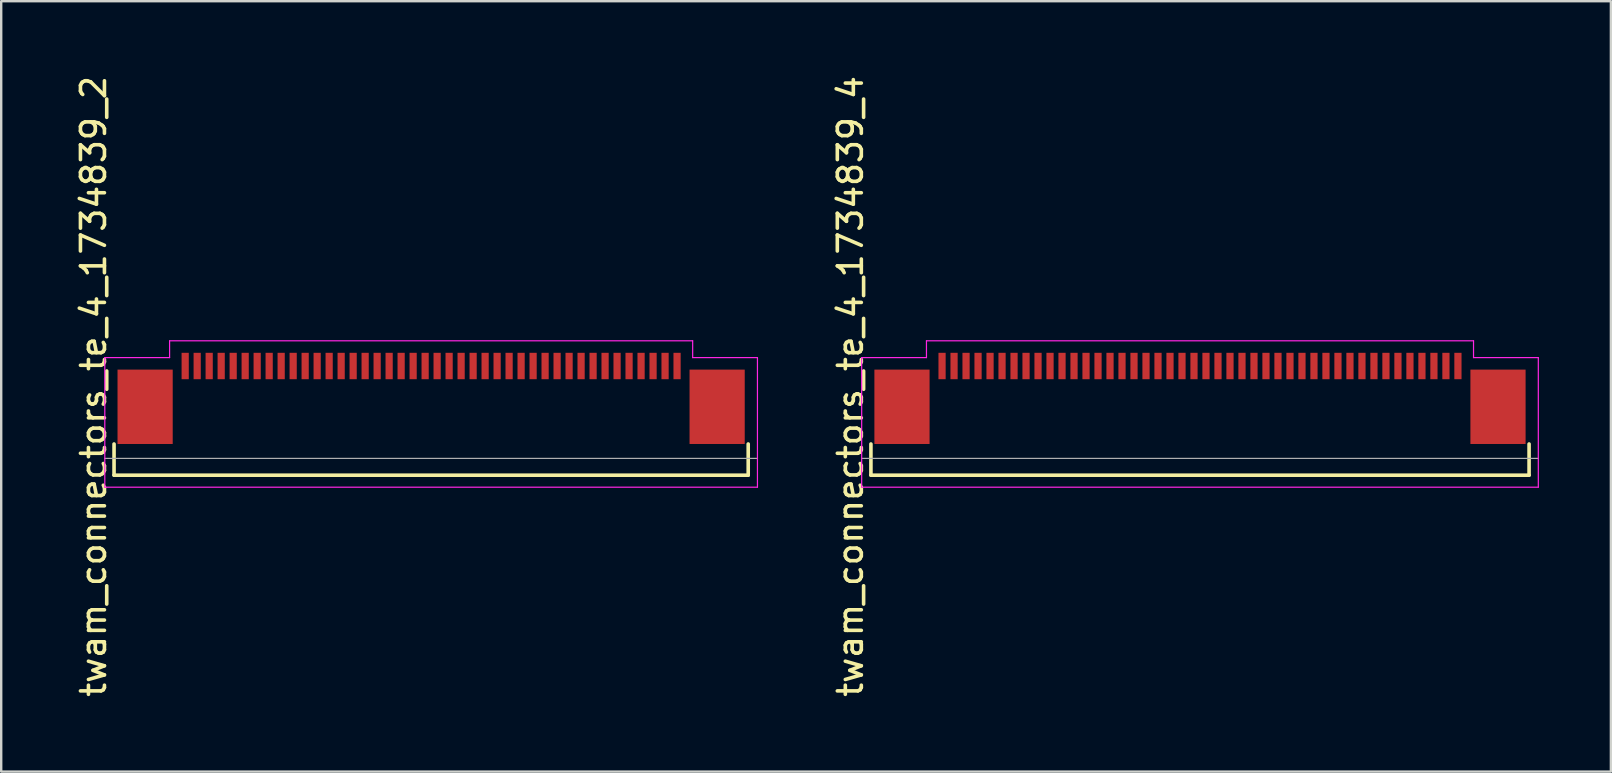
<source format=kicad_pcb>
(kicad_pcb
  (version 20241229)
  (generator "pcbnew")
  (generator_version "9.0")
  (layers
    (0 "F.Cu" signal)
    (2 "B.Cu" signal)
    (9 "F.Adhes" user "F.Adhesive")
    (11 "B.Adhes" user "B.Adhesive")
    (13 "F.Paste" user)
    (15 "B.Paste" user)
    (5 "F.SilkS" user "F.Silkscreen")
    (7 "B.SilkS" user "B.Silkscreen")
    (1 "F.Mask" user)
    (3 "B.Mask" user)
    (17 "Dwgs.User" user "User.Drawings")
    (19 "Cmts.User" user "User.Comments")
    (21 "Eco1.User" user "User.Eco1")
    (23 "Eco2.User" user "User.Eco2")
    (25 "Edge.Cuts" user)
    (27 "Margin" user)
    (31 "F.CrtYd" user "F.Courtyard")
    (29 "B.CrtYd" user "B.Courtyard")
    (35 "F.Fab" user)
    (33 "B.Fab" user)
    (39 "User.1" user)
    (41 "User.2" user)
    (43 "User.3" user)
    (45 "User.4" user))
  (footprint "twam_connectors_te_4_1734839_4"
    (layer "F.Cu")
    (at 46.962 13.054)
    (property "Reference" "twam_connectors_te_4_1734839_4" (at -14.57 0 270) (layer "F.SilkS") (effects (font (size 1 1) (thickness 0.15))))
    (attr smd)
    (fp_line (start -13.715 2.4) (end -13.715 3.7) (stroke (width 0.15) (type solid)) (layer "F.SilkS"))
    (fp_line (start -13.715 3.7) (end 13.715 3.7) (stroke (width 0.15) (type solid)) (layer "F.SilkS"))
    (fp_line (start 13.715 2.4) (end 13.715 3.7) (stroke (width 0.15) (type solid)) (layer "F.SilkS"))
    (fp_line (start -14.1 -1.2) (end -14.1 4.2) (stroke (width 0.05) (type solid)) (layer "F.CrtYd"))
    (fp_line (start -14.1 -1.2) (end -11.4 -1.2) (stroke (width 0.05) (type solid)) (layer "F.CrtYd"))
    (fp_line (start -14.1 4.2) (end 14.1 4.2) (stroke (width 0.05) (type solid)) (layer "F.CrtYd"))
    (fp_line (start -11.4 -1.9) (end -11.4 -1.2) (stroke (width 0.05) (type solid)) (layer "F.CrtYd"))
    (fp_line (start -11.4 -1.9) (end 11.4 -1.9) (stroke (width 0.05) (type solid)) (layer "F.CrtYd"))
    (fp_line (start 11.4 -1.9) (end 11.4 -1.2) (stroke (width 0.05) (type solid)) (layer "F.CrtYd"))
    (fp_line (start 11.4 -1.2) (end 14.1 -1.2) (stroke (width 0.05) (type solid)) (layer "F.CrtYd"))
    (fp_line (start 14.1 -1.2) (end 14.1 4.2) (stroke (width 0.05) (type solid)) (layer "F.CrtYd"))
    (fp_line (start -14.1 3) (end 14.1 3) (stroke (width 0.05) (type solid)) (layer "F.Fab"))
    (pad "1" smd rect (at 10.75 -0.85) (size 0.3 1.1) (layers "F.Cu" "F.Mask" "F.Paste"))
    (pad "2" smd rect (at 10.25 -0.85) (size 0.3 1.1) (layers "F.Cu" "F.Mask" "F.Paste"))
    (pad "3" smd rect (at 9.75 -0.85) (size 0.3 1.1) (layers "F.Cu" "F.Mask" "F.Paste"))
    (pad "4" smd rect (at 9.25 -0.85) (size 0.3 1.1) (layers "F.Cu" "F.Mask" "F.Paste"))
    (pad "5" smd rect (at 8.75 -0.85) (size 0.3 1.1) (layers "F.Cu" "F.Mask" "F.Paste"))
    (pad "6" smd rect (at 8.25 -0.85) (size 0.3 1.1) (layers "F.Cu" "F.Mask" "F.Paste"))
    (pad "7" smd rect (at 7.75 -0.85) (size 0.3 1.1) (layers "F.Cu" "F.Mask" "F.Paste"))
    (pad "8" smd rect (at 7.25 -0.85) (size 0.3 1.1) (layers "F.Cu" "F.Mask" "F.Paste"))
    (pad "9" smd rect (at 6.75 -0.85) (size 0.3 1.1) (layers "F.Cu" "F.Mask" "F.Paste"))
    (pad "10" smd rect (at 6.25 -0.85) (size 0.3 1.1) (layers "F.Cu" "F.Mask" "F.Paste"))
    (pad "11" smd rect (at 5.75 -0.85) (size 0.3 1.1) (layers "F.Cu" "F.Mask" "F.Paste"))
    (pad "12" smd rect (at 5.25 -0.85) (size 0.3 1.1) (layers "F.Cu" "F.Mask" "F.Paste"))
    (pad "13" smd rect (at 4.75 -0.85) (size 0.3 1.1) (layers "F.Cu" "F.Mask" "F.Paste"))
    (pad "14" smd rect (at 4.25 -0.85) (size 0.3 1.1) (layers "F.Cu" "F.Mask" "F.Paste"))
    (pad "15" smd rect (at 3.75 -0.85) (size 0.3 1.1) (layers "F.Cu" "F.Mask" "F.Paste"))
    (pad "16" smd rect (at 3.25 -0.85) (size 0.3 1.1) (layers "F.Cu" "F.Mask" "F.Paste"))
    (pad "17" smd rect (at 2.75 -0.85) (size 0.3 1.1) (layers "F.Cu" "F.Mask" "F.Paste"))
    (pad "18" smd rect (at 2.25 -0.85) (size 0.3 1.1) (layers "F.Cu" "F.Mask" "F.Paste"))
    (pad "19" smd rect (at 1.75 -0.85) (size 0.3 1.1) (layers "F.Cu" "F.Mask" "F.Paste"))
    (pad "20" smd rect (at 1.25 -0.85) (size 0.3 1.1) (layers "F.Cu" "F.Mask" "F.Paste"))
    (pad "21" smd rect (at 0.75 -0.85) (size 0.3 1.1) (layers "F.Cu" "F.Mask" "F.Paste"))
    (pad "22" smd rect (at 0.25 -0.85) (size 0.3 1.1) (layers "F.Cu" "F.Mask" "F.Paste"))
    (pad "23" smd rect (at -0.25 -0.85) (size 0.3 1.1) (layers "F.Cu" "F.Mask" "F.Paste"))
    (pad "24" smd rect (at -0.75 -0.85) (size 0.3 1.1) (layers "F.Cu" "F.Mask" "F.Paste"))
    (pad "25" smd rect (at -1.25 -0.85) (size 0.3 1.1) (layers "F.Cu" "F.Mask" "F.Paste"))
    (pad "26" smd rect (at -1.75 -0.85) (size 0.3 1.1) (layers "F.Cu" "F.Mask" "F.Paste"))
    (pad "27" smd rect (at -2.25 -0.85) (size 0.3 1.1) (layers "F.Cu" "F.Mask" "F.Paste"))
    (pad "28" smd rect (at -2.75 -0.85) (size 0.3 1.1) (layers "F.Cu" "F.Mask" "F.Paste"))
    (pad "29" smd rect (at -3.25 -0.85) (size 0.3 1.1) (layers "F.Cu" "F.Mask" "F.Paste"))
    (pad "30" smd rect (at -3.75 -0.85) (size 0.3 1.1) (layers "F.Cu" "F.Mask" "F.Paste"))
    (pad "31" smd rect (at -4.25 -0.85) (size 0.3 1.1) (layers "F.Cu" "F.Mask" "F.Paste"))
    (pad "32" smd rect (at -4.75 -0.85) (size 0.3 1.1) (layers "F.Cu" "F.Mask" "F.Paste"))
    (pad "33" smd rect (at -5.25 -0.85) (size 0.3 1.1) (layers "F.Cu" "F.Mask" "F.Paste"))
    (pad "34" smd rect (at -5.75 -0.85) (size 0.3 1.1) (layers "F.Cu" "F.Mask" "F.Paste"))
    (pad "35" smd rect (at -6.25 -0.85) (size 0.3 1.1) (layers "F.Cu" "F.Mask" "F.Paste"))
    (pad "36" smd rect (at -6.75 -0.85) (size 0.3 1.1) (layers "F.Cu" "F.Mask" "F.Paste"))
    (pad "37" smd rect (at -7.25 -0.85) (size 0.3 1.1) (layers "F.Cu" "F.Mask" "F.Paste"))
    (pad "38" smd rect (at -7.75 -0.85) (size 0.3 1.1) (layers "F.Cu" "F.Mask" "F.Paste"))
    (pad "39" smd rect (at -8.25 -0.85) (size 0.3 1.1) (layers "F.Cu" "F.Mask" "F.Paste"))
    (pad "40" smd rect (at -8.75 -0.85) (size 0.3 1.1) (layers "F.Cu" "F.Mask" "F.Paste"))
    (pad "41" smd rect (at -9.25 -0.85) (size 0.3 1.1) (layers "F.Cu" "F.Mask" "F.Paste"))
    (pad "42" smd rect (at -9.75 -0.85) (size 0.3 1.1) (layers "F.Cu" "F.Mask" "F.Paste"))
    (pad "43" smd rect (at -10.25 -0.85) (size 0.3 1.1) (layers "F.Cu" "F.Mask" "F.Paste"))
    (pad "44" smd rect (at -10.75 -0.85) (size 0.3 1.1) (layers "F.Cu" "F.Mask" "F.Paste"))
    (pad "F1" smd rect (at -12.42 0.85) (size 2.3 3.1) (layers "F.Cu" "F.Mask" "F.Paste"))
    (pad "F2" smd rect (at 12.42 0.85) (size 2.3 3.1) (layers "F.Cu" "F.Mask" "F.Paste")))
  (footprint "twam_connectors_te_4_1734839_2"
    (layer "F.Cu")
    (at 14.918 13.054)
    (property "Reference" "twam_connectors_te_4_1734839_2" (at -14.07 0 270) (layer "F.SilkS") (effects (font (size 1 1) (thickness 0.15))))
    (attr smd)
    (fp_line (start -13.215 2.4) (end -13.215 3.7) (stroke (width 0.15) (type solid)) (layer "F.SilkS"))
    (fp_line (start -13.215 3.7) (end 13.215 3.7) (stroke (width 0.15) (type solid)) (layer "F.SilkS"))
    (fp_line (start 13.215 2.4) (end 13.215 3.7) (stroke (width 0.15) (type solid)) (layer "F.SilkS"))
    (fp_line (start -13.6 -1.2) (end -13.6 4.2) (stroke (width 0.05) (type solid)) (layer "F.CrtYd"))
    (fp_line (start -13.6 -1.2) (end -10.9 -1.2) (stroke (width 0.05) (type solid)) (layer "F.CrtYd"))
    (fp_line (start -13.6 4.2) (end 13.6 4.2) (stroke (width 0.05) (type solid)) (layer "F.CrtYd"))
    (fp_line (start -10.9 -1.9) (end -10.9 -1.2) (stroke (width 0.05) (type solid)) (layer "F.CrtYd"))
    (fp_line (start -10.9 -1.9) (end 10.9 -1.9) (stroke (width 0.05) (type solid)) (layer "F.CrtYd"))
    (fp_line (start 10.9 -1.9) (end 10.9 -1.2) (stroke (width 0.05) (type solid)) (layer "F.CrtYd"))
    (fp_line (start 10.9 -1.2) (end 13.6 -1.2) (stroke (width 0.05) (type solid)) (layer "F.CrtYd"))
    (fp_line (start 13.6 -1.2) (end 13.6 4.2) (stroke (width 0.05) (type solid)) (layer "F.CrtYd"))
    (fp_line (start -13.6 3) (end 13.6 3) (stroke (width 0.05) (type solid)) (layer "F.Fab"))
    (pad "1" smd rect (at 10.25 -0.85) (size 0.3 1.1) (layers "F.Cu" "F.Mask" "F.Paste"))
    (pad "2" smd rect (at 9.75 -0.85) (size 0.3 1.1) (layers "F.Cu" "F.Mask" "F.Paste"))
    (pad "3" smd rect (at 9.25 -0.85) (size 0.3 1.1) (layers "F.Cu" "F.Mask" "F.Paste"))
    (pad "4" smd rect (at 8.75 -0.85) (size 0.3 1.1) (layers "F.Cu" "F.Mask" "F.Paste"))
    (pad "5" smd rect (at 8.25 -0.85) (size 0.3 1.1) (layers "F.Cu" "F.Mask" "F.Paste"))
    (pad "6" smd rect (at 7.75 -0.85) (size 0.3 1.1) (layers "F.Cu" "F.Mask" "F.Paste"))
    (pad "7" smd rect (at 7.25 -0.85) (size 0.3 1.1) (layers "F.Cu" "F.Mask" "F.Paste"))
    (pad "8" smd rect (at 6.75 -0.85) (size 0.3 1.1) (layers "F.Cu" "F.Mask" "F.Paste"))
    (pad "9" smd rect (at 6.25 -0.85) (size 0.3 1.1) (layers "F.Cu" "F.Mask" "F.Paste"))
    (pad "10" smd rect (at 5.75 -0.85) (size 0.3 1.1) (layers "F.Cu" "F.Mask" "F.Paste"))
    (pad "11" smd rect (at 5.25 -0.85) (size 0.3 1.1) (layers "F.Cu" "F.Mask" "F.Paste"))
    (pad "12" smd rect (at 4.75 -0.85) (size 0.3 1.1) (layers "F.Cu" "F.Mask" "F.Paste"))
    (pad "13" smd rect (at 4.25 -0.85) (size 0.3 1.1) (layers "F.Cu" "F.Mask" "F.Paste"))
    (pad "14" smd rect (at 3.75 -0.85) (size 0.3 1.1) (layers "F.Cu" "F.Mask" "F.Paste"))
    (pad "15" smd rect (at 3.25 -0.85) (size 0.3 1.1) (layers "F.Cu" "F.Mask" "F.Paste"))
    (pad "16" smd rect (at 2.75 -0.85) (size 0.3 1.1) (layers "F.Cu" "F.Mask" "F.Paste"))
    (pad "17" smd rect (at 2.25 -0.85) (size 0.3 1.1) (layers "F.Cu" "F.Mask" "F.Paste"))
    (pad "18" smd rect (at 1.75 -0.85) (size 0.3 1.1) (layers "F.Cu" "F.Mask" "F.Paste"))
    (pad "19" smd rect (at 1.25 -0.85) (size 0.3 1.1) (layers "F.Cu" "F.Mask" "F.Paste"))
    (pad "20" smd rect (at 0.75 -0.85) (size 0.3 1.1) (layers "F.Cu" "F.Mask" "F.Paste"))
    (pad "21" smd rect (at 0.25 -0.85) (size 0.3 1.1) (layers "F.Cu" "F.Mask" "F.Paste"))
    (pad "22" smd rect (at -0.25 -0.85) (size 0.3 1.1) (layers "F.Cu" "F.Mask" "F.Paste"))
    (pad "23" smd rect (at -0.75 -0.85) (size 0.3 1.1) (layers "F.Cu" "F.Mask" "F.Paste"))
    (pad "24" smd rect (at -1.25 -0.85) (size 0.3 1.1) (layers "F.Cu" "F.Mask" "F.Paste"))
    (pad "25" smd rect (at -1.75 -0.85) (size 0.3 1.1) (layers "F.Cu" "F.Mask" "F.Paste"))
    (pad "26" smd rect (at -2.25 -0.85) (size 0.3 1.1) (layers "F.Cu" "F.Mask" "F.Paste"))
    (pad "27" smd rect (at -2.75 -0.85) (size 0.3 1.1) (layers "F.Cu" "F.Mask" "F.Paste"))
    (pad "28" smd rect (at -3.25 -0.85) (size 0.3 1.1) (layers "F.Cu" "F.Mask" "F.Paste"))
    (pad "29" smd rect (at -3.75 -0.85) (size 0.3 1.1) (layers "F.Cu" "F.Mask" "F.Paste"))
    (pad "30" smd rect (at -4.25 -0.85) (size 0.3 1.1) (layers "F.Cu" "F.Mask" "F.Paste"))
    (pad "31" smd rect (at -4.75 -0.85) (size 0.3 1.1) (layers "F.Cu" "F.Mask" "F.Paste"))
    (pad "32" smd rect (at -5.25 -0.85) (size 0.3 1.1) (layers "F.Cu" "F.Mask" "F.Paste"))
    (pad "33" smd rect (at -5.75 -0.85) (size 0.3 1.1) (layers "F.Cu" "F.Mask" "F.Paste"))
    (pad "34" smd rect (at -6.25 -0.85) (size 0.3 1.1) (layers "F.Cu" "F.Mask" "F.Paste"))
    (pad "35" smd rect (at -6.75 -0.85) (size 0.3 1.1) (layers "F.Cu" "F.Mask" "F.Paste"))
    (pad "36" smd rect (at -7.25 -0.85) (size 0.3 1.1) (layers "F.Cu" "F.Mask" "F.Paste"))
    (pad "37" smd rect (at -7.75 -0.85) (size 0.3 1.1) (layers "F.Cu" "F.Mask" "F.Paste"))
    (pad "38" smd rect (at -8.25 -0.85) (size 0.3 1.1) (layers "F.Cu" "F.Mask" "F.Paste"))
    (pad "39" smd rect (at -8.75 -0.85) (size 0.3 1.1) (layers "F.Cu" "F.Mask" "F.Paste"))
    (pad "40" smd rect (at -9.25 -0.85) (size 0.3 1.1) (layers "F.Cu" "F.Mask" "F.Paste"))
    (pad "41" smd rect (at -9.75 -0.85) (size 0.3 1.1) (layers "F.Cu" "F.Mask" "F.Paste"))
    (pad "42" smd rect (at -10.25 -0.85) (size 0.3 1.1) (layers "F.Cu" "F.Mask" "F.Paste"))
    (pad "F1" smd rect (at -11.92 0.85) (size 2.3 3.1) (layers "F.Cu" "F.Mask" "F.Paste"))
    (pad "F2" smd rect (at 11.92 0.85) (size 2.3 3.1) (layers "F.Cu" "F.Mask" "F.Paste")))
  (gr_rect
    (start -3 -3)
    (end 64.087 29.107)
    (stroke (width 0.1) (type default))
    (fill no)
    (layer "Edge.Cuts")))
</source>
